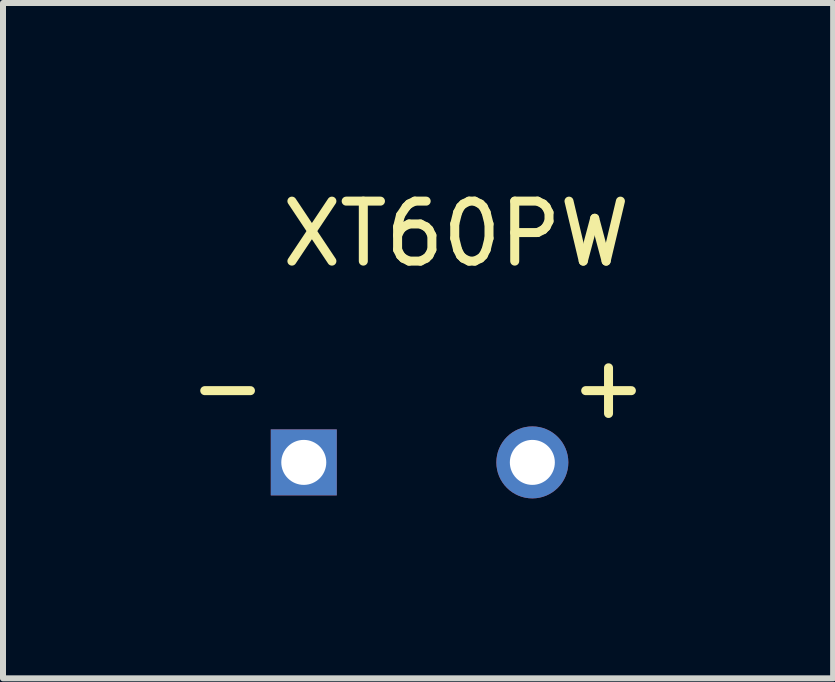
<source format=kicad_pcb>
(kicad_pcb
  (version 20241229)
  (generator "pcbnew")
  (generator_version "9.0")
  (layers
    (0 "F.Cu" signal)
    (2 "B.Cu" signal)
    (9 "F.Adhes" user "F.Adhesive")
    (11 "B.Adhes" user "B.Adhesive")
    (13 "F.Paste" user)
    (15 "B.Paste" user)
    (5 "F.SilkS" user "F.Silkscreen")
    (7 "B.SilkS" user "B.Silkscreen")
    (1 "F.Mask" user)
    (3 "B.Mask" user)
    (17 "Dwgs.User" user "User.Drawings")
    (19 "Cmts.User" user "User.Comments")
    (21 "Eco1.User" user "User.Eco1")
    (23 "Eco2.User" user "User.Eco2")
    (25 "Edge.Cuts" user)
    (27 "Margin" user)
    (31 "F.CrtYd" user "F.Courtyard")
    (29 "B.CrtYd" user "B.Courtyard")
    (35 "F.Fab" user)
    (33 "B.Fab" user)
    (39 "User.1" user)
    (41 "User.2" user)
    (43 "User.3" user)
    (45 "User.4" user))
  (footprint "XT60PW"
    (layer "F.Cu")
    (at 4.554 2.118)
    (property "Reference" "XT60PW" (at 0 -1.27 0) (layer "F.SilkS") (effects (font (size 1 1) (thickness 0.15))))
    (attr through_hole)
    (fp_text user "+" (at 2.54 1.27 0) (layer "F.SilkS") (effects (font (size 1 1) (thickness 0.15))))
    (fp_text user "-" (at -3.81 1.27 0) (layer "F.SilkS") (effects (font (size 1 1) (thickness 0.15))))
    (pad "1" thru_hole rect (at -2.54 2.54) (size 1.1 1.1) (drill 0.75) (layers "*.Cu" "*.Mask"))
    (pad "2" thru_hole circle (at 1.27 2.54) (size 1.2 1.2) (drill 0.75) (layers "*.Cu" "*.Mask")))
  (gr_rect
    (start -3 -3)
    (end 10.838 8.258)
    (stroke (width 0.1) (type default))
    (fill no)
    (layer "Edge.Cuts")))
</source>
